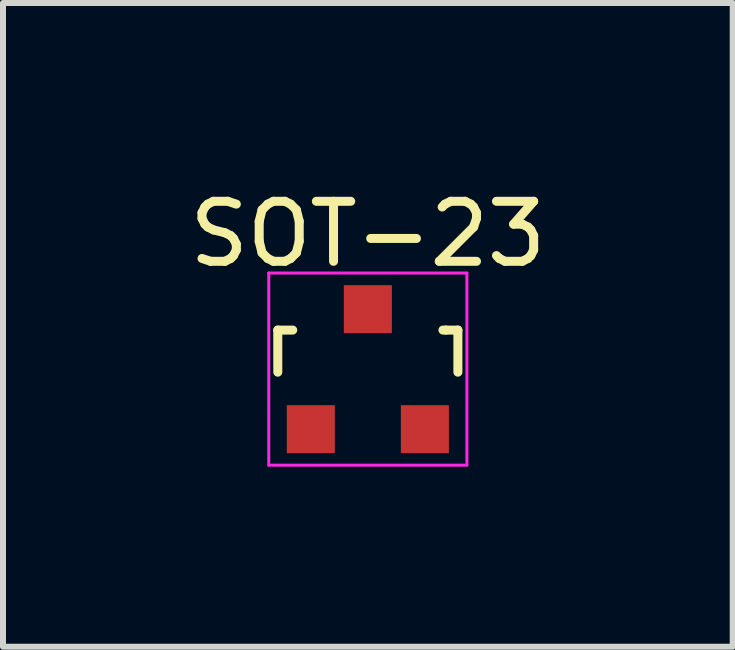
<source format=kicad_pcb>
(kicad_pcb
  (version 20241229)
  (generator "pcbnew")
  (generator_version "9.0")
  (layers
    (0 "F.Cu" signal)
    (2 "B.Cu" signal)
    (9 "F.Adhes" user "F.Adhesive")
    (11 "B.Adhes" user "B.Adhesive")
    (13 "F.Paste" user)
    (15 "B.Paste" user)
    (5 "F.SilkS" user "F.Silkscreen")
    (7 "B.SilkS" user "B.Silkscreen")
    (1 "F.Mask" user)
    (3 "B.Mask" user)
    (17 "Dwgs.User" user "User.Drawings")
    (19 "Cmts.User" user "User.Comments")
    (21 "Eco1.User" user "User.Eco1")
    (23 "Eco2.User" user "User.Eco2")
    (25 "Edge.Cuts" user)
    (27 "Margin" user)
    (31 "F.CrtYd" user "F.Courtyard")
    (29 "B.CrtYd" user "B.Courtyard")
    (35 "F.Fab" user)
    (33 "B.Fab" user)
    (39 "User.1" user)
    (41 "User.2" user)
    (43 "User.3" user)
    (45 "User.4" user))
  (footprint "SOT-23"
    (layer "F.Cu")
    (at 3.077 3.098)
    (property "Reference" "SOT-23" (at 0 -2.25 0) (layer "F.SilkS") (effects (font (size 1 1) (thickness 0.15))))
    (attr smd)
    (fp_line (start -1.5 -0.65) (end -1.251 -0.65) (stroke (width 0.15) (type solid)) (layer "F.SilkS"))
    (fp_line (start -1.5 0.051) (end -1.5 -0.65) (stroke (width 0.15) (type solid)) (layer "F.SilkS"))
    (fp_line (start 1.299 -0.65) (end 1.251 -0.65) (stroke (width 0.15) (type solid)) (layer "F.SilkS"))
    (fp_line (start 1.299 -0.65) (end 1.5 -0.65) (stroke (width 0.15) (type solid)) (layer "F.SilkS"))
    (fp_line (start 1.5 -0.65) (end 1.5 0.051) (stroke (width 0.15) (type solid)) (layer "F.SilkS"))
    (fp_line (start -1.65 -1.6) (end 1.65 -1.6) (stroke (width 0.05) (type solid)) (layer "F.CrtYd"))
    (fp_line (start -1.65 1.6) (end -1.65 -1.6) (stroke (width 0.05) (type solid)) (layer "F.CrtYd"))
    (fp_line (start 1.65 -1.6) (end 1.65 1.6) (stroke (width 0.05) (type solid)) (layer "F.CrtYd"))
    (fp_line (start 1.65 1.6) (end -1.65 1.6) (stroke (width 0.05) (type solid)) (layer "F.CrtYd"))
    (pad "1" smd rect (at -0.95 1.001) (size 0.8 0.8) (layers "F.Cu" "F.Mask" "F.Paste"))
    (pad "2" smd rect (at 0.95 1.001) (size 0.8 0.8) (layers "F.Cu" "F.Mask" "F.Paste"))
    (pad "3" smd rect (at 0 -0.998) (size 0.8 0.8) (layers "F.Cu" "F.Mask" "F.Paste")))
  (gr_rect
    (start -3 -3)
    (end 9.155 7.723)
    (stroke (width 0.1) (type default))
    (fill no)
    (layer "Edge.Cuts")))
</source>
